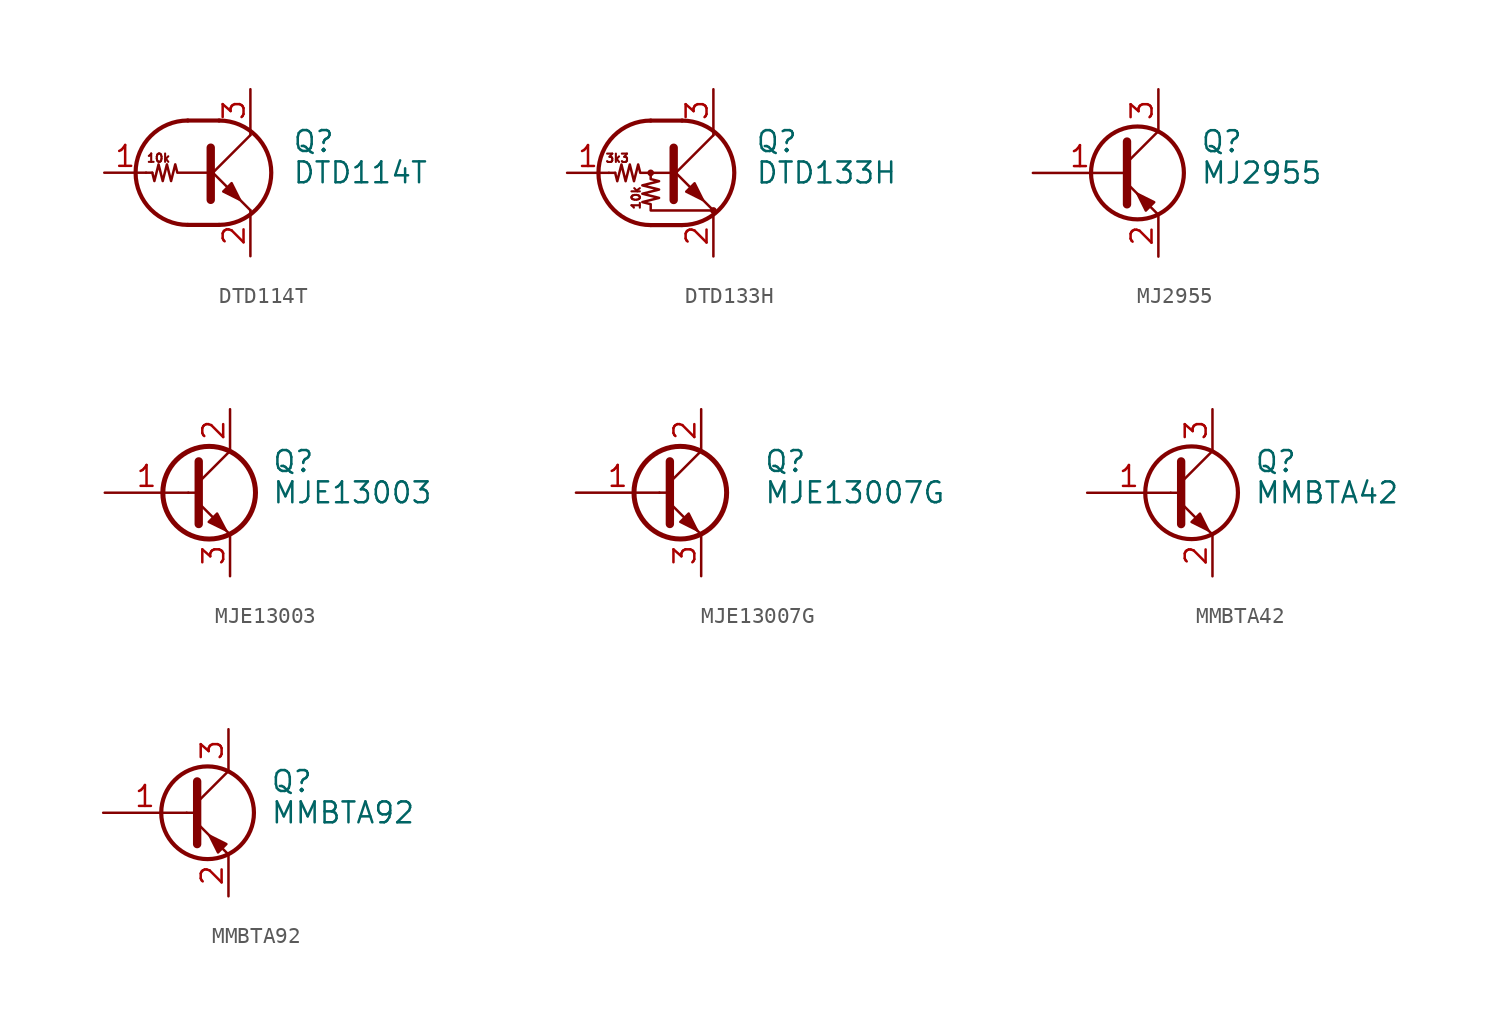
<source format=kicad_sym>
(kicad_symbol_lib
  (version 20220914)
  (generator kicad_symbol_editor)
  (symbol "DTD114T"
    (pin_names
      (offset 0) hide)
    (property "Reference" "Q"
      (at 5.08 1.905 0)
      (effects (font (size 1.27 1.27)) (justify left)))
    (property "Value" "DTD114T"
      (at 5.08 0 0)
      (effects (font (size 1.27 1.27)) (justify left)))
    (symbol "DTD114T_0_0"
      (polyline (pts (xy 2.54 -2.286) (xy 2.54 -2.54)) (stroke (width 0) (type default)) (fill (type none)))
      (text "10k" (at -3.048 0.889 0) (effects (font (size 0.508 0.508)))))
    (symbol "DTD114T_0_1"
      (arc (start -1.27 3.175) (mid -4.4312 0) (end -1.27 -3.175) (stroke (width 0.254) (type default)) (fill (type none)))
      (polyline (pts (xy -3.429 0) (xy -3.81 0)) (stroke (width 0) (type default)) (fill (type none)))
      (polyline (pts (xy -1.27 -3.175) (xy 0.635 -3.175)) (stroke (width 0.254) (type default)) (fill (type none)))
      (polyline (pts (xy -1.27 3.175) (xy 0.635 3.175)) (stroke (width 0.254) (type default)) (fill (type none)))
      (polyline (pts (xy 0 -0.254) (xy 2.54 2.286)) (stroke (width 0) (type default)) (fill (type none)))
      (polyline (pts (xy 0.127 1.524) (xy 0.127 -1.651)) (stroke (width 0.508) (type default)) (fill (type outline)))
      (polyline (pts (xy 2.54 2.286) (xy 2.54 2.54)) (stroke (width 0) (type default)) (fill (type none)))
      (polyline (pts (xy 2.54 -2.286) (xy 0 0.254) (xy 0 0.254)) (stroke (width 0) (type default)) (fill (type none)))
      (polyline (pts (xy 0.889 -1.143) (xy 1.397 -0.635) (xy 1.905 -1.651) (xy 0.889 -1.143)) (stroke (width 0) (type default)) (fill (type outline)))
      (polyline (pts (xy 0 0) (xy -1.905 0) (xy -2.032 0.508) (xy -2.286 -0.508) (xy -2.54 0.508) (xy -2.794 -0.508) (xy -3.048 0.508) (xy -3.302 -0.508) (xy -3.429 0)) (stroke (width 0) (type default)) (fill (type none)))
      (arc (start 0.635 -3.175) (mid 3.7962 0) (end 0.635 3.175) (stroke (width 0.254) (type default)) (fill (type none))))
    (symbol "DTD114T_1_1"
      (pin input line (at -6.35 0 0) (length 2.54) (name "B" (effects (font (size 1.27 1.27)))) (number "1" (effects (font (size 1.27 1.27)))))
      (pin passive line (at 2.54 -5.08 90) (length 2.54) (name "E" (effects (font (size 1.27 1.27)))) (number "2" (effects (font (size 1.27 1.27)))))
      (pin passive line (at 2.54 5.08 270) (length 2.54) (name "C" (effects (font (size 1.27 1.27)))) (number "3" (effects (font (size 1.27 1.27)))))))
  (symbol "DTD133H"
    (pin_names
      (offset 0) hide)
    (property "Reference" "Q"
      (at 5.08 1.905 0)
      (effects (font (size 1.27 1.27)) (justify left)))
    (property "Value" "DTD133H"
      (at 5.08 0 0)
      (effects (font (size 1.27 1.27)) (justify left)))
    (symbol "DTD133H_0_0"
      (text "10k" (at -2.159 -1.524 900) (effects (font (size 0.508 0.508))))
      (text "3k3" (at -3.302 0.889 0) (effects (font (size 0.508 0.508)))))
    (symbol "DTD133H_0_1"
      (circle (center -1.27 0) (radius 0.127) (stroke (width 0) (type default)) (fill (type none)))
      (arc (start -1.27 3.175) (mid -4.4312 0) (end -1.27 -3.175) (stroke (width 0.254) (type default)) (fill (type none)))
      (polyline (pts (xy -3.429 0) (xy -3.81 0)) (stroke (width 0) (type default)) (fill (type none)))
      (polyline (pts (xy -1.27 -3.175) (xy 0.635 -3.175)) (stroke (width 0.254) (type default)) (fill (type none)))
      (polyline (pts (xy -1.27 3.175) (xy 0.635 3.175)) (stroke (width 0.254) (type default)) (fill (type none)))
      (polyline (pts (xy 0 -0.254) (xy 2.54 2.286)) (stroke (width 0) (type default)) (fill (type none)))
      (polyline (pts (xy 0.127 1.524) (xy 0.127 -1.651)) (stroke (width 0.508) (type default)) (fill (type outline)))
      (polyline (pts (xy 2.54 2.286) (xy 2.54 2.54)) (stroke (width 0) (type default)) (fill (type none)))
      (polyline (pts (xy 2.54 -2.286) (xy 0 0.254) (xy 0 0.254)) (stroke (width 0) (type default)) (fill (type none)))
      (polyline (pts (xy 0.889 -1.143) (xy 1.397 -0.635) (xy 1.905 -1.651) (xy 0.889 -1.143)) (stroke (width 0) (type default)) (fill (type outline)))
      (polyline (pts (xy 0 0) (xy -1.905 0) (xy -2.032 0.508) (xy -2.286 -0.508) (xy -2.54 0.508) (xy -2.794 -0.508) (xy -3.048 0.508) (xy -3.302 -0.508) (xy -3.429 0)) (stroke (width 0) (type default)) (fill (type none)))
      (polyline (pts (xy -1.27 0) (xy -1.27 -0.381) (xy -0.762 -0.508) (xy -1.778 -0.762) (xy -0.762 -1.016) (xy -1.778 -1.27) (xy -0.762 -1.524) (xy -1.778 -1.778) (xy -1.27 -1.905) (xy -1.27 -2.286) (xy 2.54 -2.286)) (stroke (width 0) (type default)) (fill (type none)))
      (arc (start 0.635 -3.175) (mid 3.7962 0) (end 0.635 3.175) (stroke (width 0.254) (type default)) (fill (type none)))
      (circle (center 2.54 -2.286) (radius 0.127) (stroke (width 0) (type default)) (fill (type none))))
    (symbol "DTD133H_1_1"
      (pin input line (at -6.35 0 0) (length 2.54) (name "B" (effects (font (size 1.27 1.27)))) (number "1" (effects (font (size 1.27 1.27)))))
      (pin passive line (at 2.54 -5.08 90) (length 2.54) (name "E" (effects (font (size 1.27 1.27)))) (number "2" (effects (font (size 1.27 1.27)))))
      (pin passive line (at 2.54 5.08 270) (length 2.54) (name "C" (effects (font (size 1.27 1.27)))) (number "3" (effects (font (size 1.27 1.27)))))))
  (symbol "MJ2955"
    (pin_names
      (offset 0) hide)
    (property "Reference" "Q"
      (at 5.08 1.905 0)
      (effects (font (size 1.27 1.27)) (justify left)))
    (property "Value" "MJ2955"
      (at 5.08 0 0)
      (effects (font (size 1.27 1.27)) (justify left)))
    (symbol "MJ2955_0_1"
      (polyline (pts (xy 0.635 0.635) (xy 2.54 2.54)) (stroke (width 0) (type default)) (fill (type none)))
      (polyline (pts (xy 0.635 -0.635) (xy 2.54 -2.54) (xy 2.54 -2.54)) (stroke (width 0) (type default)) (fill (type none)))
      (polyline (pts (xy 0.635 1.905) (xy 0.635 -1.905) (xy 0.635 -1.905)) (stroke (width 0.508) (type default)) (fill (type none)))
      (polyline (pts (xy 2.286 -1.778) (xy 1.778 -2.286) (xy 1.27 -1.27) (xy 2.286 -1.778) (xy 2.286 -1.778)) (stroke (width 0) (type default)) (fill (type outline)))
      (circle (center 1.27 0) (radius 2.819) (stroke (width 0.254) (type default)) (fill (type none))))
    (symbol "MJ2955_1_1"
      (pin input line (at -5.08 0 0) (length 5.715) (name "B" (effects (font (size 1.27 1.27)))) (number "1" (effects (font (size 1.27 1.27)))))
      (pin passive line (at 2.54 -5.08 90) (length 2.54) (name "E" (effects (font (size 1.27 1.27)))) (number "2" (effects (font (size 1.27 1.27)))))
      (pin passive line (at 2.54 5.08 270) (length 2.54) (name "C" (effects (font (size 1.27 1.27)))) (number "3" (effects (font (size 1.27 1.27)))))))
  (symbol "MJE13003"
    (pin_names
      (offset 0) hide)
    (property "Reference" "Q"
      (at 5.08 1.905 0)
      (effects (font (size 1.27 1.27)) (justify left)))
    (property "Value" "MJE13003"
      (at 5.08 0 0)
      (effects (font (size 1.27 1.27)) (justify left)))
    (symbol "MJE13003_0_1"
      (polyline (pts (xy 0 0) (xy 0.635 0)) (stroke (width 0) (type default)) (fill (type none)))
      (polyline (pts (xy 2.54 -2.54) (xy 0.635 -0.635)) (stroke (width 0) (type default)) (fill (type none)))
      (polyline (pts (xy 2.54 2.54) (xy 0.635 0.635)) (stroke (width 0) (type default)) (fill (type none)))
      (polyline (pts (xy 0.635 1.905) (xy 0.635 -1.905) (xy 0.635 -1.905)) (stroke (width 0.508) (type default)) (fill (type outline)))
      (polyline (pts (xy 1.245 -1.778) (xy 1.753 -1.27) (xy 2.286 -2.286) (xy 1.245 -1.778) (xy 1.245 -1.778)) (stroke (width 0) (type default)) (fill (type outline)))
      (circle (center 1.27 0) (radius 2.819) (stroke (width 0.305) (type default)) (fill (type none))))
    (symbol "MJE13003_1_1"
      (pin input line (at -5.08 0 0) (length 5.08) (name "B" (effects (font (size 1.27 1.27)))) (number "1" (effects (font (size 1.27 1.27)))))
      (pin passive line (at 2.54 5.08 270) (length 2.54) (name "C" (effects (font (size 1.27 1.27)))) (number "2" (effects (font (size 1.27 1.27)))))
      (pin passive line (at 2.54 -5.08 90) (length 2.54) (name "E" (effects (font (size 1.27 1.27)))) (number "3" (effects (font (size 1.27 1.27)))))))
  (symbol "MJE13007G"
    (pin_names
      (offset 0) hide)
    (property "Reference" "Q"
      (at 6.35 1.905 0)
      (effects (font (size 1.27 1.27)) (justify left)))
    (property "Value" "MJE13007G"
      (at 6.35 0 0)
      (effects (font (size 1.27 1.27)) (justify left)))
    (symbol "MJE13007G_0_1"
      (polyline (pts (xy 0 0) (xy 0.635 0)) (stroke (width 0) (type default)) (fill (type none)))
      (polyline (pts (xy 2.54 2.54) (xy 0.635 0.635)) (stroke (width 0) (type default)) (fill (type none)))
      (polyline (pts (xy 0.635 1.905) (xy 0.635 -1.905) (xy 0.635 -1.905)) (stroke (width 0.508) (type default)) (fill (type none)))
      (polyline (pts (xy 2.286 -2.286) (xy 1.778 -1.778) (xy 1.778 -1.778)) (stroke (width 0) (type default)) (fill (type none)))
      (polyline (pts (xy 2.54 -2.54) (xy 0.635 -0.635) (xy 1.27 -1.27)) (stroke (width 0) (type default)) (fill (type outline)))
      (polyline (pts (xy 1.27 -1.778) (xy 1.778 -1.27) (xy 2.286 -2.286) (xy 1.27 -1.778) (xy 1.27 -1.778)) (stroke (width 0) (type default)) (fill (type outline)))
      (circle (center 1.27 0) (radius 2.819) (stroke (width 0.305) (type default)) (fill (type none))))
    (symbol "MJE13007G_1_1"
      (pin input line (at -5.08 0 0) (length 5.08) (name "B" (effects (font (size 1.27 1.27)))) (number "1" (effects (font (size 1.27 1.27)))))
      (pin passive line (at 2.54 5.08 270) (length 2.54) (name "C" (effects (font (size 1.27 1.27)))) (number "2" (effects (font (size 1.27 1.27)))))
      (pin passive line (at 2.54 -5.08 90) (length 2.54) (name "E" (effects (font (size 1.27 1.27)))) (number "3" (effects (font (size 1.27 1.27)))))))
  (symbol "MMBTA42"
    (pin_names
      (offset 0) hide)
    (property "Reference" "Q"
      (at 5.08 1.905 0)
      (effects (font (size 1.27 1.27)) (justify left)))
    (property "Value" "MMBTA42"
      (at 5.08 0 0)
      (effects (font (size 1.27 1.27)) (justify left)))
    (symbol "MMBTA42_0_1"
      (polyline (pts (xy 0 0) (xy 0.635 0)) (stroke (width 0) (type default)) (fill (type none)))
      (polyline (pts (xy 0.635 0.635) (xy 2.54 2.54)) (stroke (width 0) (type default)) (fill (type none)))
      (polyline (pts (xy 0.635 -0.635) (xy 2.54 -2.54) (xy 2.54 -2.54)) (stroke (width 0) (type default)) (fill (type none)))
      (polyline (pts (xy 0.635 1.905) (xy 0.635 -1.905) (xy 0.635 -1.905)) (stroke (width 0.508) (type default)) (fill (type none)))
      (polyline (pts (xy 1.27 -1.778) (xy 1.778 -1.27) (xy 2.286 -2.286) (xy 1.27 -1.778) (xy 1.27 -1.778)) (stroke (width 0) (type default)) (fill (type outline)))
      (circle (center 1.27 0) (radius 2.819) (stroke (width 0.254) (type default)) (fill (type none))))
    (symbol "MMBTA42_1_1"
      (pin input line (at -5.08 0 0) (length 5.08) (name "B" (effects (font (size 1.27 1.27)))) (number "1" (effects (font (size 1.27 1.27)))))
      (pin passive line (at 2.54 -5.08 90) (length 2.54) (name "E" (effects (font (size 1.27 1.27)))) (number "2" (effects (font (size 1.27 1.27)))))
      (pin passive line (at 2.54 5.08 270) (length 2.54) (name "C" (effects (font (size 1.27 1.27)))) (number "3" (effects (font (size 1.27 1.27)))))))
  (symbol "MMBTA92"
    (pin_names
      (offset 0) hide)
    (property "Reference" "Q"
      (at 5.08 1.905 0)
      (effects (font (size 1.27 1.27)) (justify left)))
    (property "Value" "MMBTA92"
      (at 5.08 0 0)
      (effects (font (size 1.27 1.27)) (justify left)))
    (symbol "MMBTA92_0_1"
      (polyline (pts (xy 0 0) (xy 0.635 0)) (stroke (width 0) (type default)) (fill (type none)))
      (polyline (pts (xy 2.54 -2.54) (xy 0.635 -0.635)) (stroke (width 0) (type default)) (fill (type none)))
      (polyline (pts (xy 2.54 2.54) (xy 0.635 0.635)) (stroke (width 0) (type default)) (fill (type none)))
      (polyline (pts (xy 0.635 1.905) (xy 0.635 -1.905) (xy 0.635 -1.905)) (stroke (width 0.508) (type default)) (fill (type outline)))
      (polyline (pts (xy 1.905 -2.413) (xy 2.413 -1.905) (xy 1.397 -1.397) (xy 1.905 -2.413) (xy 1.905 -2.413)) (stroke (width 0) (type default)) (fill (type outline)))
      (circle (center 1.27 0) (radius 2.819) (stroke (width 0.254) (type default)) (fill (type none))))
    (symbol "MMBTA92_1_1"
      (pin input line (at -5.08 0 0) (length 5.08) (name "B" (effects (font (size 1.27 1.27)))) (number "1" (effects (font (size 1.27 1.27)))))
      (pin passive line (at 2.54 -5.08 90) (length 2.54) (name "E" (effects (font (size 1.27 1.27)))) (number "2" (effects (font (size 1.27 1.27)))))
      (pin passive line (at 2.54 5.08 270) (length 2.54) (name "C" (effects (font (size 1.27 1.27)))) (number "3" (effects (font (size 1.27 1.27))))))))
</source>
